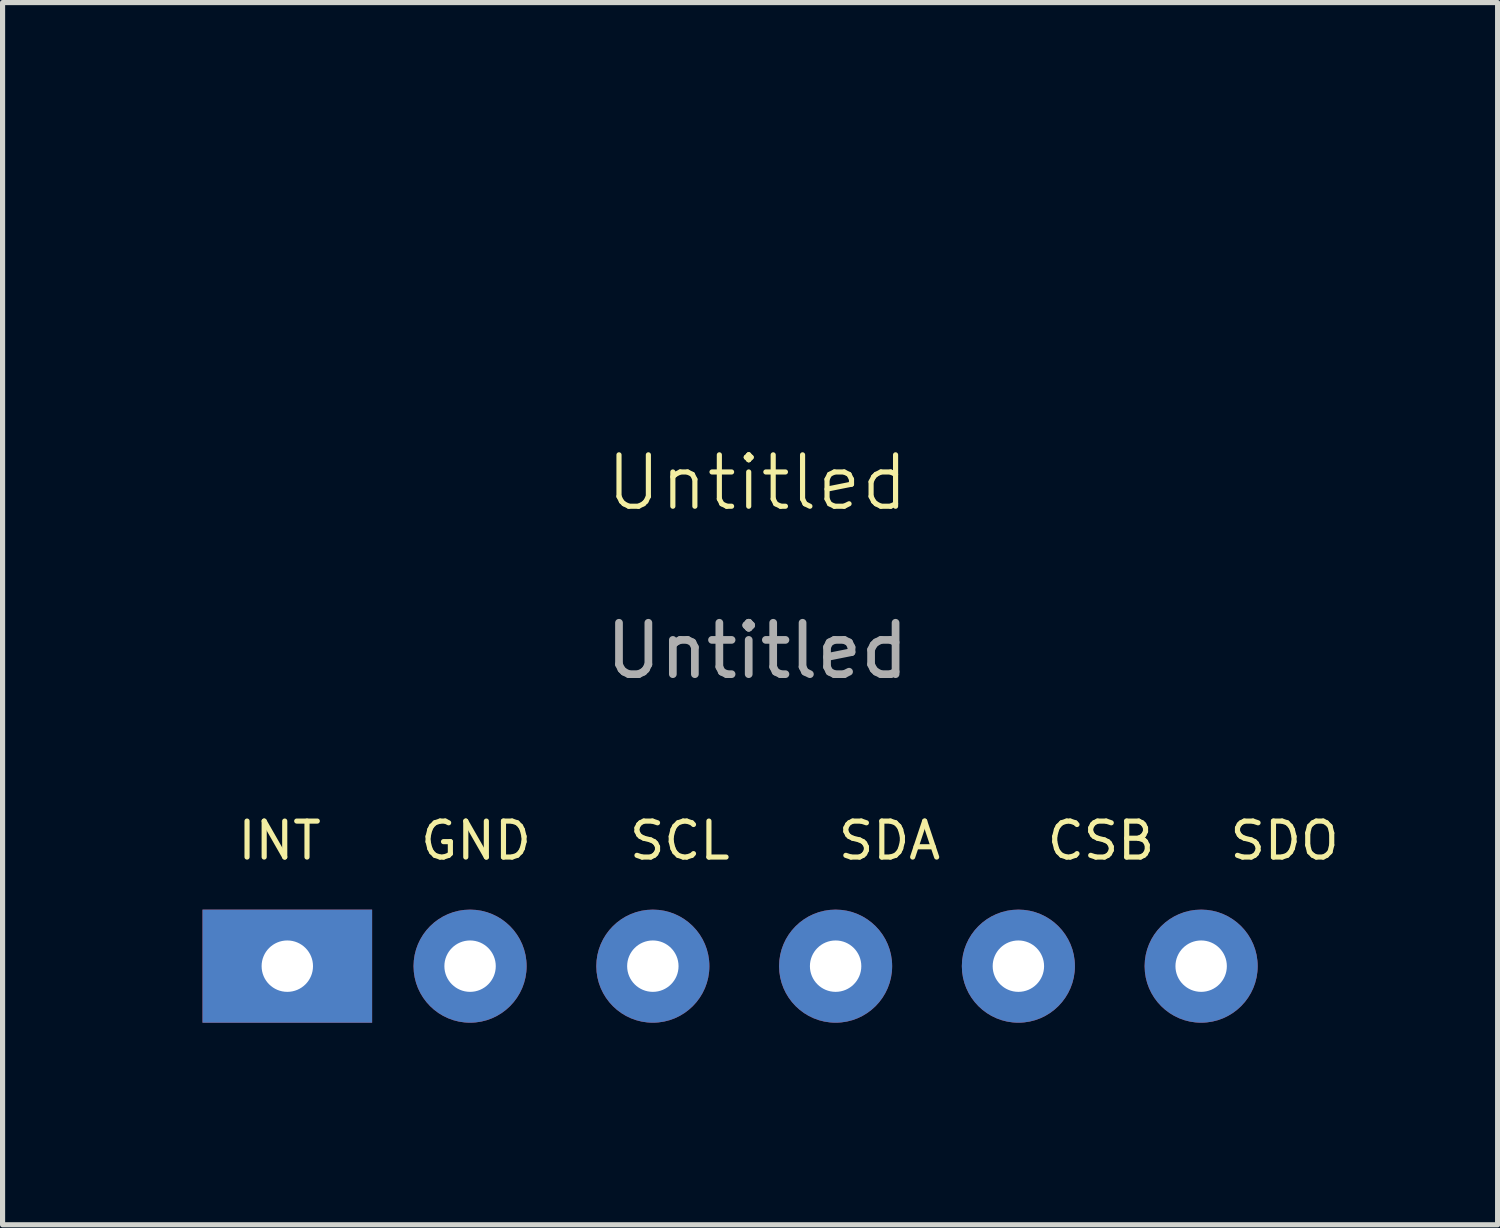
<source format=kicad_pcb>
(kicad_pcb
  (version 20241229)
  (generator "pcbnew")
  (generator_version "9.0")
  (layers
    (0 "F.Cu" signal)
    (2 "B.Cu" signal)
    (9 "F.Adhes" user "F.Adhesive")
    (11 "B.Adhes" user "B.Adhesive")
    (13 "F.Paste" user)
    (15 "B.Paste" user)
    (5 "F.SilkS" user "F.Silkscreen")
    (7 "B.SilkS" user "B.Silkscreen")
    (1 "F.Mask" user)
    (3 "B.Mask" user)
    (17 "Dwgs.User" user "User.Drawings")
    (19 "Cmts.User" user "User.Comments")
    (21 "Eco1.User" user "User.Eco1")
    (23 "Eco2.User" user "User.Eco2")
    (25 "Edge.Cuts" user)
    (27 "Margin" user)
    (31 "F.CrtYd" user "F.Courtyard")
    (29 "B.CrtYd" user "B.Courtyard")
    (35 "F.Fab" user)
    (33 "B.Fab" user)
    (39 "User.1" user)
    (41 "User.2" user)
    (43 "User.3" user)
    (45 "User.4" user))
  (footprint "Untitled"
    (layer "F.Cu")
    (at 11.684 7.112)
    (property "Reference" "Untitled" (at 0 -0.77 0) (unlocked yes) (layer "F.SilkS") (effects (font (size 1 1) (thickness 0.1))))
    (attr smd)
    (fp_text user "GND" (at -6.604 6.604 0) (unlocked yes) (layer "F.SilkS") (effects (font (size 0.7 0.7) (thickness 0.1)) (justify left bottom)))
    (fp_text user "SCL" (at -2.54 6.604 0) (unlocked yes) (layer "F.SilkS") (effects (font (size 0.7 0.7) (thickness 0.1)) (justify left bottom)))
    (fp_text user "SDO" (at 9.144 6.604 0) (unlocked yes) (layer "F.SilkS") (effects (font (size 0.7 0.7) (thickness 0.1)) (justify left bottom)))
    (fp_text user "INT" (at -10.16 6.604 0) (unlocked yes) (layer "F.SilkS") (effects (font (size 0.7 0.7) (thickness 0.1)) (justify left bottom)))
    (fp_text user "SDA" (at 1.524 6.604 0) (unlocked yes) (layer "F.SilkS") (effects (font (size 0.7 0.7) (thickness 0.1)) (justify left bottom)))
    (fp_text user "CSB" (at 5.588 6.604 0) (unlocked yes) (layer "F.SilkS") (effects (font (size 0.7 0.7) (thickness 0.1)) (justify left bottom)))
    (fp_text user "${REFERENCE}" (at 0 2.5 0) (unlocked yes) (layer "F.Fab") (effects (font (size 1 1) (thickness 0.15))))
    (pad "1" thru_hole rect (at -9.144 8.636 90) (size 2.2 3.3) (drill 1) (layers "*.Cu" "*.Mask"))
    (pad "2" thru_hole circle (at -2.032 8.636 90) (size 2.2 2.2) (drill 1) (layers "*.Cu" "*.Mask"))
    (pad "3" thru_hole circle (at 1.524 8.636 90) (size 2.2 2.2) (drill 1) (layers "*.Cu" "*.Mask"))
    (pad "4" thru_hole circle (at 8.636 8.636 90) (size 2.2 2.2) (drill 1) (layers "*.Cu" "*.Mask"))
    (pad "5" thru_hole circle (at 5.08 8.636 90) (size 2.2 2.2) (drill 1) (layers "*.Cu" "*.Mask"))
    (pad "6" thru_hole circle (at -5.588 8.636 90) (size 2.2 2.2) (drill 1) (layers "*.Cu" "*.Mask"))
    (zone (net_name "") (layer "F.SilkS") (hatch edge 0.5) (connect_pads) (min_thickness 0.25) (filled_areas_thickness no) (keepout (tracks allowed) (vias allowed) (pads not_allowed) (copperpour allowed) (footprints not_allowed)) (placement (enabled no)) (fill) (polygon (pts (xy 0 0) (xy 22.352 0) (xy 22.352 17.78) (xy 0 17.78)))))
  (gr_rect
    (start -3 -3)
    (end 26.088 20.78)
    (stroke (width 0.1) (type default))
    (fill no)
    (layer "Edge.Cuts")))
</source>
